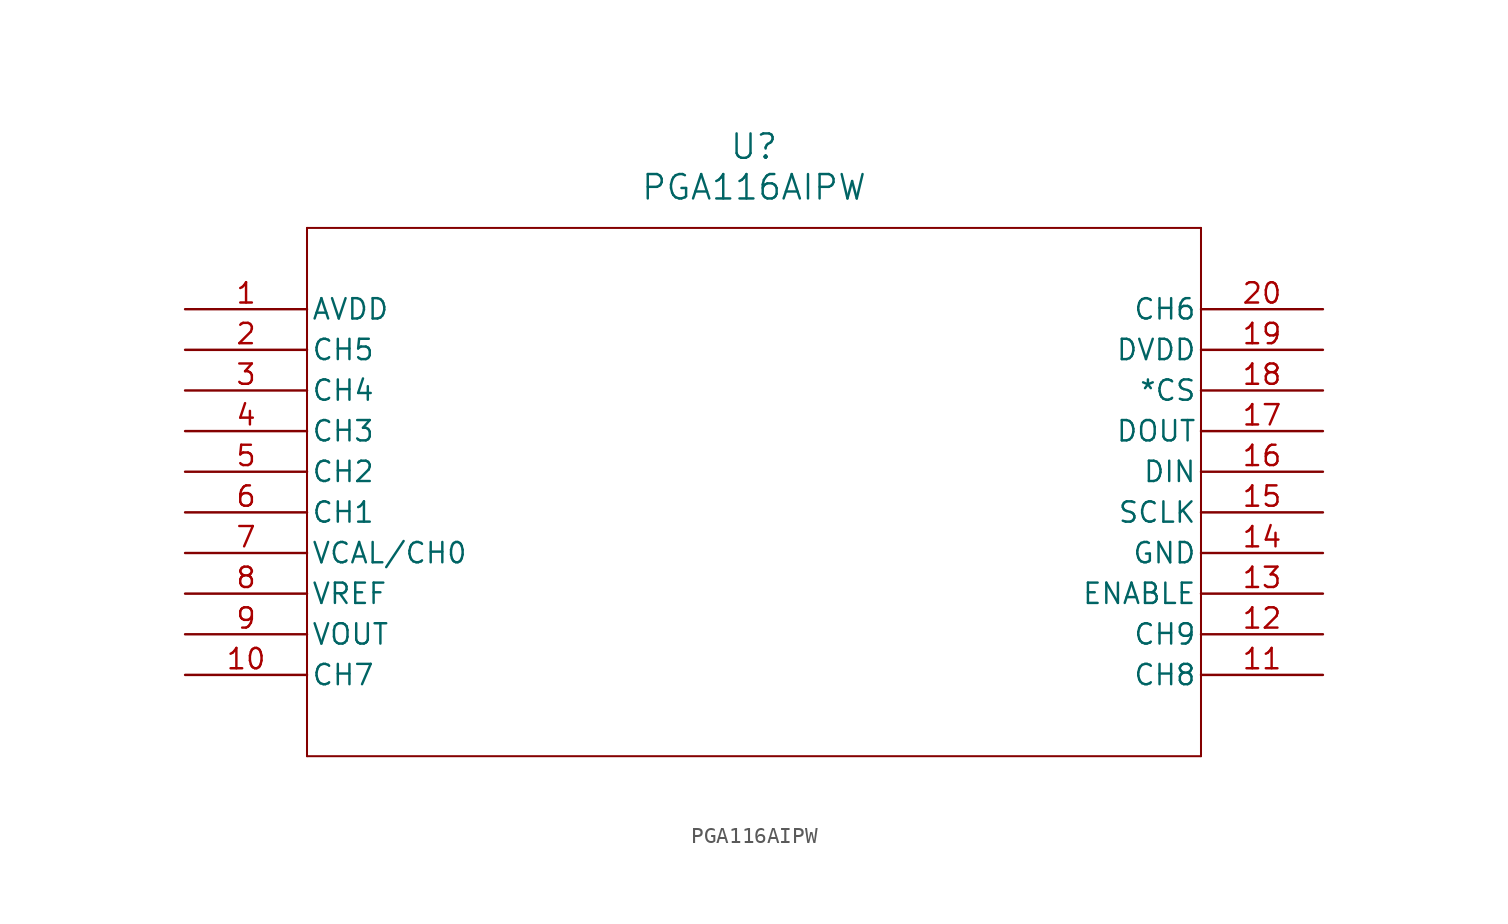
<source format=kicad_sym>
(kicad_symbol_lib
  (version 20211014)
  (generator kicad_symbol_editor)
  (symbol "PGA116AIPW"
    (pin_names
      (offset 0.254))
    (property "Reference" "U"
      (at 35.56 10.16 0)
      (effects (font (size 1.524 1.524))))
    (property "Value" "PGA116AIPW"
      (at 35.56 7.62 0)
      (effects (font (size 1.524 1.524))))
    (symbol "PGA116AIPW_0_1"
      (polyline (pts (xy 7.62 5.08) (xy 7.62 -27.94)) (stroke (width 0.127) (type default) (color 0 0 0 0)) (fill (type none)))
      (polyline (pts (xy 7.62 -27.94) (xy 63.5 -27.94)) (stroke (width 0.127) (type default) (color 0 0 0 0)) (fill (type none)))
      (polyline (pts (xy 63.5 -27.94) (xy 63.5 5.08)) (stroke (width 0.127) (type default) (color 0 0 0 0)) (fill (type none)))
      (polyline (pts (xy 63.5 5.08) (xy 7.62 5.08)) (stroke (width 0.127) (type default) (color 0 0 0 0)) (fill (type none)))
      (pin power_in line (at 0 0 0) (length 7.62) (name "AVDD" (effects (font (size 1.27 1.27)))) (number "1" (effects (font (size 1.27 1.27)))))
      (pin input line (at 0 -2.54 0) (length 7.62) (name "CH5" (effects (font (size 1.27 1.27)))) (number "2" (effects (font (size 1.27 1.27)))))
      (pin input line (at 0 -5.08 0) (length 7.62) (name "CH4" (effects (font (size 1.27 1.27)))) (number "3" (effects (font (size 1.27 1.27)))))
      (pin input line (at 0 -7.62 0) (length 7.62) (name "CH3" (effects (font (size 1.27 1.27)))) (number "4" (effects (font (size 1.27 1.27)))))
      (pin input line (at 0 -10.16 0) (length 7.62) (name "CH2" (effects (font (size 1.27 1.27)))) (number "5" (effects (font (size 1.27 1.27)))))
      (pin input line (at 0 -12.7 0) (length 7.62) (name "CH1" (effects (font (size 1.27 1.27)))) (number "6" (effects (font (size 1.27 1.27)))))
      (pin input line (at 0 -15.24 0) (length 7.62) (name "VCAL/CH0" (effects (font (size 1.27 1.27)))) (number "7" (effects (font (size 1.27 1.27)))))
      (pin input line (at 0 -17.78 0) (length 7.62) (name "VREF" (effects (font (size 1.27 1.27)))) (number "8" (effects (font (size 1.27 1.27)))))
      (pin output line (at 0 -20.32 0) (length 7.62) (name "VOUT" (effects (font (size 1.27 1.27)))) (number "9" (effects (font (size 1.27 1.27)))))
      (pin input line (at 0 -22.86 0) (length 7.62) (name "CH7" (effects (font (size 1.27 1.27)))) (number "10" (effects (font (size 1.27 1.27)))))
      (pin input line (at 71.12 -22.86 180) (length 7.62) (name "CH8" (effects (font (size 1.27 1.27)))) (number "11" (effects (font (size 1.27 1.27)))))
      (pin input line (at 71.12 -20.32 180) (length 7.62) (name "CH9" (effects (font (size 1.27 1.27)))) (number "12" (effects (font (size 1.27 1.27)))))
      (pin unspecified line (at 71.12 -17.78 180) (length 7.62) (name "ENABLE" (effects (font (size 1.27 1.27)))) (number "13" (effects (font (size 1.27 1.27)))))
      (pin power_in line (at 71.12 -15.24 180) (length 7.62) (name "GND" (effects (font (size 1.27 1.27)))) (number "14" (effects (font (size 1.27 1.27)))))
      (pin input line (at 71.12 -12.7 180) (length 7.62) (name "SCLK" (effects (font (size 1.27 1.27)))) (number "15" (effects (font (size 1.27 1.27)))))
      (pin input line (at 71.12 -10.16 180) (length 7.62) (name "DIN" (effects (font (size 1.27 1.27)))) (number "16" (effects (font (size 1.27 1.27)))))
      (pin output line (at 71.12 -7.62 180) (length 7.62) (name "DOUT" (effects (font (size 1.27 1.27)))) (number "17" (effects (font (size 1.27 1.27)))))
      (pin unspecified line (at 71.12 -5.08 180) (length 7.62) (name "*CS" (effects (font (size 1.27 1.27)))) (number "18" (effects (font (size 1.27 1.27)))))
      (pin power_in line (at 71.12 -2.54 180) (length 7.62) (name "DVDD" (effects (font (size 1.27 1.27)))) (number "19" (effects (font (size 1.27 1.27)))))
      (pin input line (at 71.12 0 180) (length 7.62) (name "CH6" (effects (font (size 1.27 1.27)))) (number "20" (effects (font (size 1.27 1.27))))))))
</source>
